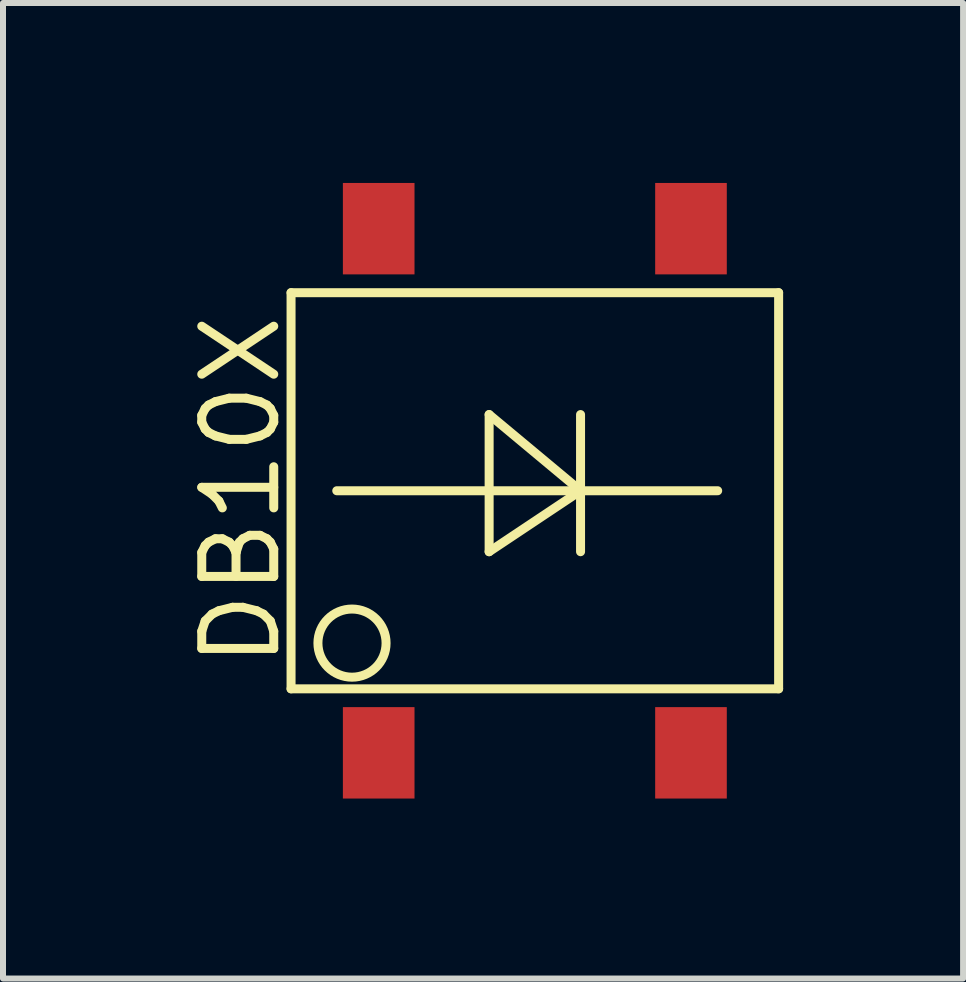
<source format=kicad_pcb>
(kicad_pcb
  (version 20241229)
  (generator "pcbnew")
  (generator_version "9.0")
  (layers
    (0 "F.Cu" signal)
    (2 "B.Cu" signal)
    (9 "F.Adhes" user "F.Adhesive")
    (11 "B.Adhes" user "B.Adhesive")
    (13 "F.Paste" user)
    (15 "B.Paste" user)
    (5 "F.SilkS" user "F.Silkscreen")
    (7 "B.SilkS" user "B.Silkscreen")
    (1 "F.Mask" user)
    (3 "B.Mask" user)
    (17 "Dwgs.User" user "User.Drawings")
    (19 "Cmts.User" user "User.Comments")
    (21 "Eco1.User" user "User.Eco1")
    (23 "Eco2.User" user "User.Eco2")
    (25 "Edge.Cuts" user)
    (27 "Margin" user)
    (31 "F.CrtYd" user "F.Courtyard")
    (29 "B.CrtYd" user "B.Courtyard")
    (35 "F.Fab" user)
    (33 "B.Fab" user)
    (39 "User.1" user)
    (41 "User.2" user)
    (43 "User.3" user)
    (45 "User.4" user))
  (footprint "DB10X"
    (layer "F.Cu")
    (at 5.866 5.131)
    (property "Reference" "DB10X" (at -4.9 0 90) (layer "F.SilkS") (effects (font (size 1.2 1.2) (thickness 0.15))))
    (attr through_hole)
    (fp_line (start -4.064 -3.302) (end -4.064 3.302) (stroke (width 0.15) (type solid)) (layer "F.SilkS"))
    (fp_line (start -4.064 3.302) (end 4.064 3.302) (stroke (width 0.15) (type solid)) (layer "F.SilkS"))
    (fp_line (start -3.302 0) (end 3.048 0) (stroke (width 0.15) (type solid)) (layer "F.SilkS"))
    (fp_line (start -0.762 -1.27) (end -0.762 1.016) (stroke (width 0.15) (type solid)) (layer "F.SilkS"))
    (fp_line (start -0.762 1.016) (end 0.762 0) (stroke (width 0.15) (type solid)) (layer "F.SilkS"))
    (fp_line (start 0.762 -1.27) (end 0.762 1.016) (stroke (width 0.15) (type solid)) (layer "F.SilkS"))
    (fp_line (start 0.762 0) (end -0.762 -1.27) (stroke (width 0.15) (type solid)) (layer "F.SilkS"))
    (fp_line (start 4.064 -3.302) (end -4.064 -3.302) (stroke (width 0.15) (type solid)) (layer "F.SilkS"))
    (fp_line (start 4.064 3.302) (end 4.064 -3.302) (stroke (width 0.15) (type solid)) (layer "F.SilkS"))
    (fp_circle (center -3.048 2.54) (end -2.54 2.794) (stroke (width 0.15) (type solid)) (fill no) (layer "F.SilkS"))
    (pad "1" smd rect (at -2.603 4.369) (size 1.194 1.524) (layers "F.Cu" "F.Mask" "F.Paste"))
    (pad "2" smd rect (at 2.603 4.369) (size 1.194 1.524) (layers "F.Cu" "F.Mask" "F.Paste"))
    (pad "3" smd rect (at 2.603 -4.369) (size 1.194 1.524) (layers "F.Cu" "F.Mask" "F.Paste"))
    (pad "4" smd rect (at -2.603 -4.369) (size 1.194 1.524) (layers "F.Cu" "F.Mask" "F.Paste")))
  (gr_rect
    (start -3 -3)
    (end 13.005 13.262)
    (stroke (width 0.1) (type default))
    (fill no)
    (layer "Edge.Cuts")))
</source>
